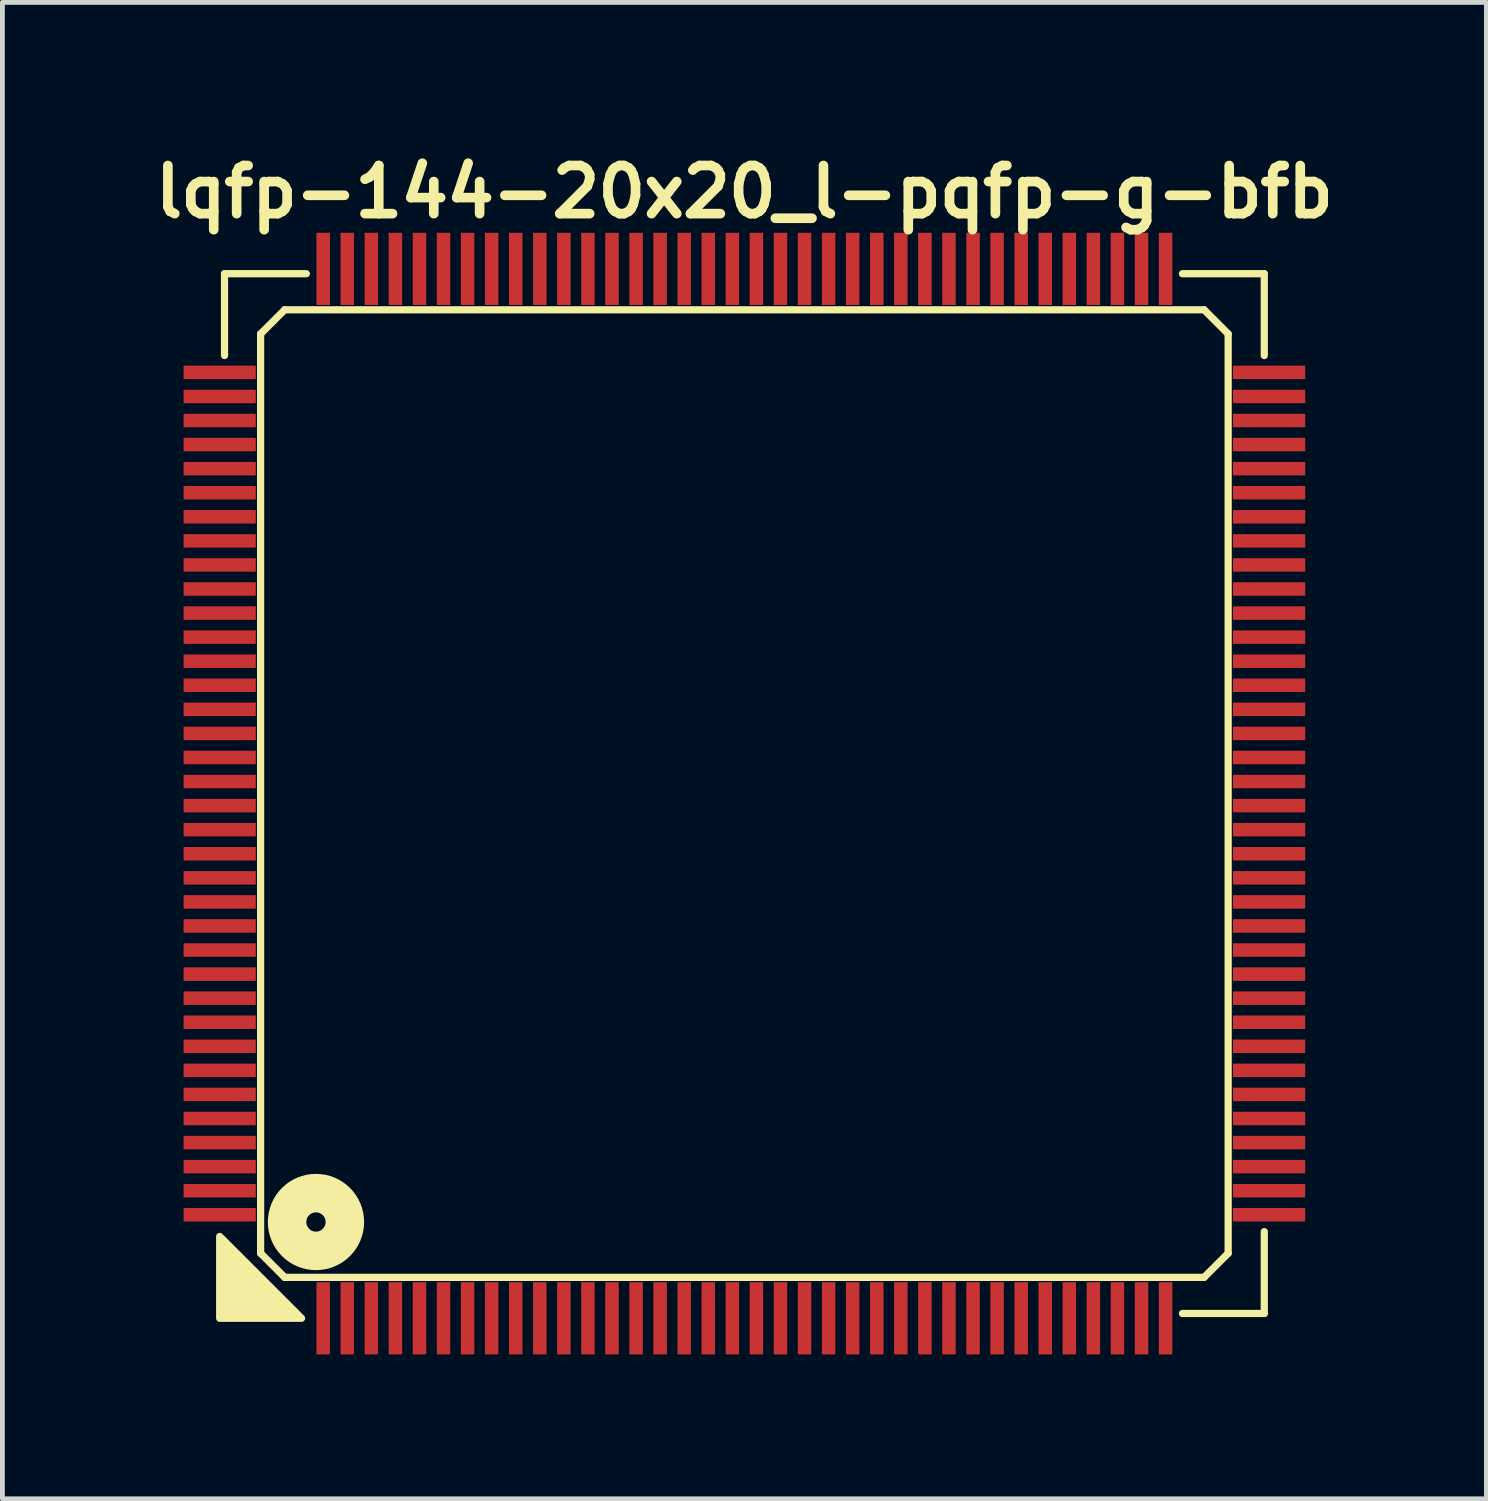
<source format=kicad_pcb>
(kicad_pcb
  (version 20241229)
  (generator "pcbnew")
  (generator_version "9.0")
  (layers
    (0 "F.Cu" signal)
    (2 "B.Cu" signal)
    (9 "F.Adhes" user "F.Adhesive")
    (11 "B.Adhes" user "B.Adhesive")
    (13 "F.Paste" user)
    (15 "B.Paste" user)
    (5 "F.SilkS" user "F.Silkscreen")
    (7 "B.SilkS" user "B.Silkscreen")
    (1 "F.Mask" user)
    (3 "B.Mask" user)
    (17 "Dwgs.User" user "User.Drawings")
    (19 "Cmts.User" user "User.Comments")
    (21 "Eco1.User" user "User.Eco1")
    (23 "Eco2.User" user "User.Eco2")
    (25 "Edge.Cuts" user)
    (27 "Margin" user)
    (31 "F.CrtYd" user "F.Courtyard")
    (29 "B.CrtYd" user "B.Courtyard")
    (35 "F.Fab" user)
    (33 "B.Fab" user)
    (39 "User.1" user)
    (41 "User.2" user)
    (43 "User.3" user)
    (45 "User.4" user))
  (footprint "lqfp-144-20x20_l-pqfp-g-bfb"
    (layer "F.Cu")
    (at 12.414 13.436)
    (property "Reference" "lqfp-144-20x20_l-pqfp-g-bfb" (at 0 -12.5 0) (layer "F.SilkS") (effects (font (size 1 1) (thickness 0.2))))
    (attr smd)
    (fp_line (start -10.8 -10.8) (end -9.1 -10.8) (stroke (width 0.15) (type solid)) (layer "F.SilkS"))
    (fp_line (start -10.8 -9.1) (end -10.8 -10.8) (stroke (width 0.15) (type solid)) (layer "F.SilkS"))
    (fp_line (start -10.05 -9.55) (end -9.55 -10.05) (stroke (width 0.15) (type solid)) (layer "F.SilkS"))
    (fp_line (start -10.05 9.55) (end -10.05 -9.55) (stroke (width 0.15) (type solid)) (layer "F.SilkS"))
    (fp_line (start -9.55 -10.05) (end 9.55 -10.05) (stroke (width 0.15) (type solid)) (layer "F.SilkS"))
    (fp_line (start -9.55 10.05) (end -10.05 9.55) (stroke (width 0.15) (type solid)) (layer "F.SilkS"))
    (fp_line (start 9.1 -10.8) (end 10.8 -10.8) (stroke (width 0.15) (type solid)) (layer "F.SilkS"))
    (fp_line (start 9.55 -10.05) (end 10.05 -9.55) (stroke (width 0.15) (type solid)) (layer "F.SilkS"))
    (fp_line (start 9.55 10.05) (end -9.55 10.05) (stroke (width 0.15) (type solid)) (layer "F.SilkS"))
    (fp_line (start 10.05 -9.55) (end 10.05 9.55) (stroke (width 0.15) (type solid)) (layer "F.SilkS"))
    (fp_line (start 10.05 9.55) (end 9.55 10.05) (stroke (width 0.15) (type solid)) (layer "F.SilkS"))
    (fp_line (start 10.8 -10.8) (end 10.8 -9.1) (stroke (width 0.15) (type solid)) (layer "F.SilkS"))
    (fp_line (start 10.8 9.1) (end 10.8 10.8) (stroke (width 0.15) (type solid)) (layer "F.SilkS"))
    (fp_line (start 10.8 10.8) (end 9.1 10.8) (stroke (width 0.15) (type solid)) (layer "F.SilkS"))
    (fp_circle (center -8.9 8.9) (end -8.7 8.9) (stroke (width 0.8) (type solid)) (fill no) (layer "F.SilkS"))
    (fp_poly (pts (xy -9.2 10.9) (xy -10.9 10.9) (xy -10.9 9.2)) (stroke (width 0.15) (type solid)) (fill yes) (layer "F.SilkS"))
    (pad "1" smd rect (at -8.75 10.9) (size 0.28 1.5) (layers "F.Cu" "F.Mask" "F.Paste"))
    (pad "2" smd rect (at -8.25 10.9) (size 0.28 1.5) (layers "F.Cu" "F.Mask" "F.Paste"))
    (pad "3" smd rect (at -7.75 10.9) (size 0.28 1.5) (layers "F.Cu" "F.Mask" "F.Paste"))
    (pad "4" smd rect (at -7.25 10.9) (size 0.28 1.5) (layers "F.Cu" "F.Mask" "F.Paste"))
    (pad "5" smd rect (at -6.75 10.9) (size 0.28 1.5) (layers "F.Cu" "F.Mask" "F.Paste"))
    (pad "6" smd rect (at -6.25 10.9) (size 0.28 1.5) (layers "F.Cu" "F.Mask" "F.Paste"))
    (pad "7" smd rect (at -5.75 10.9) (size 0.28 1.5) (layers "F.Cu" "F.Mask" "F.Paste"))
    (pad "8" smd rect (at -5.25 10.9) (size 0.28 1.5) (layers "F.Cu" "F.Mask" "F.Paste"))
    (pad "9" smd rect (at -4.75 10.9) (size 0.28 1.5) (layers "F.Cu" "F.Mask" "F.Paste"))
    (pad "10" smd rect (at -4.25 10.9) (size 0.28 1.5) (layers "F.Cu" "F.Mask" "F.Paste"))
    (pad "11" smd rect (at -3.75 10.9) (size 0.28 1.5) (layers "F.Cu" "F.Mask" "F.Paste"))
    (pad "12" smd rect (at -3.25 10.9) (size 0.28 1.5) (layers "F.Cu" "F.Mask" "F.Paste"))
    (pad "13" smd rect (at -2.75 10.9) (size 0.28 1.5) (layers "F.Cu" "F.Mask" "F.Paste"))
    (pad "14" smd rect (at -2.25 10.9) (size 0.28 1.5) (layers "F.Cu" "F.Mask" "F.Paste"))
    (pad "15" smd rect (at -1.75 10.9) (size 0.28 1.5) (layers "F.Cu" "F.Mask" "F.Paste"))
    (pad "16" smd rect (at -1.25 10.9) (size 0.28 1.5) (layers "F.Cu" "F.Mask" "F.Paste"))
    (pad "17" smd rect (at -0.75 10.9) (size 0.28 1.5) (layers "F.Cu" "F.Mask" "F.Paste"))
    (pad "18" smd rect (at -0.25 10.9) (size 0.28 1.5) (layers "F.Cu" "F.Mask" "F.Paste"))
    (pad "19" smd rect (at 0.25 10.9) (size 0.28 1.5) (layers "F.Cu" "F.Mask" "F.Paste"))
    (pad "20" smd rect (at 0.75 10.9) (size 0.28 1.5) (layers "F.Cu" "F.Mask" "F.Paste"))
    (pad "21" smd rect (at 1.25 10.9) (size 0.28 1.5) (layers "F.Cu" "F.Mask" "F.Paste"))
    (pad "22" smd rect (at 1.75 10.9) (size 0.28 1.5) (layers "F.Cu" "F.Mask" "F.Paste"))
    (pad "23" smd rect (at 2.25 10.9) (size 0.28 1.5) (layers "F.Cu" "F.Mask" "F.Paste"))
    (pad "24" smd rect (at 2.75 10.9) (size 0.28 1.5) (layers "F.Cu" "F.Mask" "F.Paste"))
    (pad "25" smd rect (at 3.25 10.9) (size 0.28 1.5) (layers "F.Cu" "F.Mask" "F.Paste"))
    (pad "26" smd rect (at 3.75 10.9) (size 0.28 1.5) (layers "F.Cu" "F.Mask" "F.Paste"))
    (pad "27" smd rect (at 4.25 10.9) (size 0.28 1.5) (layers "F.Cu" "F.Mask" "F.Paste"))
    (pad "28" smd rect (at 4.75 10.9) (size 0.28 1.5) (layers "F.Cu" "F.Mask" "F.Paste"))
    (pad "29" smd rect (at 5.25 10.9) (size 0.28 1.5) (layers "F.Cu" "F.Mask" "F.Paste"))
    (pad "30" smd rect (at 5.75 10.9) (size 0.28 1.5) (layers "F.Cu" "F.Mask" "F.Paste"))
    (pad "31" smd rect (at 6.25 10.9) (size 0.28 1.5) (layers "F.Cu" "F.Mask" "F.Paste"))
    (pad "32" smd rect (at 6.75 10.9) (size 0.28 1.5) (layers "F.Cu" "F.Mask" "F.Paste"))
    (pad "33" smd rect (at 7.25 10.9) (size 0.28 1.5) (layers "F.Cu" "F.Mask" "F.Paste"))
    (pad "34" smd rect (at 7.75 10.9) (size 0.28 1.5) (layers "F.Cu" "F.Mask" "F.Paste"))
    (pad "35" smd rect (at 8.25 10.9) (size 0.28 1.5) (layers "F.Cu" "F.Mask" "F.Paste"))
    (pad "36" smd rect (at 8.75 10.9) (size 0.28 1.5) (layers "F.Cu" "F.Mask" "F.Paste"))
    (pad "37" smd rect (at 10.9 8.75) (size 1.5 0.28) (layers "F.Cu" "F.Mask" "F.Paste"))
    (pad "38" smd rect (at 10.9 8.25) (size 1.5 0.28) (layers "F.Cu" "F.Mask" "F.Paste"))
    (pad "39" smd rect (at 10.9 7.75) (size 1.5 0.28) (layers "F.Cu" "F.Mask" "F.Paste"))
    (pad "40" smd rect (at 10.9 7.25) (size 1.5 0.28) (layers "F.Cu" "F.Mask" "F.Paste"))
    (pad "41" smd rect (at 10.9 6.75) (size 1.5 0.28) (layers "F.Cu" "F.Mask" "F.Paste"))
    (pad "42" smd rect (at 10.9 6.25) (size 1.5 0.28) (layers "F.Cu" "F.Mask" "F.Paste"))
    (pad "43" smd rect (at 10.9 5.75) (size 1.5 0.28) (layers "F.Cu" "F.Mask" "F.Paste"))
    (pad "44" smd rect (at 10.9 5.25) (size 1.5 0.28) (layers "F.Cu" "F.Mask" "F.Paste"))
    (pad "45" smd rect (at 10.9 4.75) (size 1.5 0.28) (layers "F.Cu" "F.Mask" "F.Paste"))
    (pad "46" smd rect (at 10.9 4.25) (size 1.5 0.28) (layers "F.Cu" "F.Mask" "F.Paste"))
    (pad "47" smd rect (at 10.9 3.75) (size 1.5 0.28) (layers "F.Cu" "F.Mask" "F.Paste"))
    (pad "48" smd rect (at 10.9 3.25) (size 1.5 0.28) (layers "F.Cu" "F.Mask" "F.Paste"))
    (pad "49" smd rect (at 10.9 2.75) (size 1.5 0.28) (layers "F.Cu" "F.Mask" "F.Paste"))
    (pad "50" smd rect (at 10.9 2.25) (size 1.5 0.28) (layers "F.Cu" "F.Mask" "F.Paste"))
    (pad "51" smd rect (at 10.9 1.75) (size 1.5 0.28) (layers "F.Cu" "F.Mask" "F.Paste"))
    (pad "52" smd rect (at 10.9 1.25) (size 1.5 0.28) (layers "F.Cu" "F.Mask" "F.Paste"))
    (pad "53" smd rect (at 10.9 0.75) (size 1.5 0.28) (layers "F.Cu" "F.Mask" "F.Paste"))
    (pad "54" smd rect (at 10.9 0.25) (size 1.5 0.28) (layers "F.Cu" "F.Mask" "F.Paste"))
    (pad "55" smd rect (at 10.9 -0.25) (size 1.5 0.28) (layers "F.Cu" "F.Mask" "F.Paste"))
    (pad "56" smd rect (at 10.9 -0.75) (size 1.5 0.28) (layers "F.Cu" "F.Mask" "F.Paste"))
    (pad "57" smd rect (at 10.9 -1.25) (size 1.5 0.28) (layers "F.Cu" "F.Mask" "F.Paste"))
    (pad "58" smd rect (at 10.9 -1.75) (size 1.5 0.28) (layers "F.Cu" "F.Mask" "F.Paste"))
    (pad "59" smd rect (at 10.9 -2.25) (size 1.5 0.28) (layers "F.Cu" "F.Mask" "F.Paste"))
    (pad "60" smd rect (at 10.9 -2.75) (size 1.5 0.28) (layers "F.Cu" "F.Mask" "F.Paste"))
    (pad "61" smd rect (at 10.9 -3.25) (size 1.5 0.28) (layers "F.Cu" "F.Mask" "F.Paste"))
    (pad "62" smd rect (at 10.9 -3.75) (size 1.5 0.28) (layers "F.Cu" "F.Mask" "F.Paste"))
    (pad "63" smd rect (at 10.9 -4.25) (size 1.5 0.28) (layers "F.Cu" "F.Mask" "F.Paste"))
    (pad "64" smd rect (at 10.9 -4.75) (size 1.5 0.28) (layers "F.Cu" "F.Mask" "F.Paste"))
    (pad "65" smd rect (at 10.9 -5.25) (size 1.5 0.28) (layers "F.Cu" "F.Mask" "F.Paste"))
    (pad "66" smd rect (at 10.9 -5.75) (size 1.5 0.28) (layers "F.Cu" "F.Mask" "F.Paste"))
    (pad "67" smd rect (at 10.9 -6.25) (size 1.5 0.28) (layers "F.Cu" "F.Mask" "F.Paste"))
    (pad "68" smd rect (at 10.9 -6.75) (size 1.5 0.28) (layers "F.Cu" "F.Mask" "F.Paste"))
    (pad "69" smd rect (at 10.9 -7.25) (size 1.5 0.28) (layers "F.Cu" "F.Mask" "F.Paste"))
    (pad "70" smd rect (at 10.9 -7.75) (size 1.5 0.28) (layers "F.Cu" "F.Mask" "F.Paste"))
    (pad "71" smd rect (at 10.9 -8.25) (size 1.5 0.28) (layers "F.Cu" "F.Mask" "F.Paste"))
    (pad "72" smd rect (at 10.9 -8.75) (size 1.5 0.28) (layers "F.Cu" "F.Mask" "F.Paste"))
    (pad "73" smd rect (at 8.75 -10.9) (size 0.28 1.5) (layers "F.Cu" "F.Mask" "F.Paste"))
    (pad "74" smd rect (at 8.25 -10.9) (size 0.28 1.5) (layers "F.Cu" "F.Mask" "F.Paste"))
    (pad "75" smd rect (at 7.75 -10.9) (size 0.28 1.5) (layers "F.Cu" "F.Mask" "F.Paste"))
    (pad "76" smd rect (at 7.25 -10.9) (size 0.28 1.5) (layers "F.Cu" "F.Mask" "F.Paste"))
    (pad "77" smd rect (at 6.75 -10.9) (size 0.28 1.5) (layers "F.Cu" "F.Mask" "F.Paste"))
    (pad "78" smd rect (at 6.25 -10.9) (size 0.28 1.5) (layers "F.Cu" "F.Mask" "F.Paste"))
    (pad "79" smd rect (at 5.75 -10.9) (size 0.28 1.5) (layers "F.Cu" "F.Mask" "F.Paste"))
    (pad "80" smd rect (at 5.25 -10.9) (size 0.28 1.5) (layers "F.Cu" "F.Mask" "F.Paste"))
    (pad "81" smd rect (at 4.75 -10.9) (size 0.28 1.5) (layers "F.Cu" "F.Mask" "F.Paste"))
    (pad "82" smd rect (at 4.25 -10.9) (size 0.28 1.5) (layers "F.Cu" "F.Mask" "F.Paste"))
    (pad "83" smd rect (at 3.75 -10.9) (size 0.28 1.5) (layers "F.Cu" "F.Mask" "F.Paste"))
    (pad "84" smd rect (at 3.25 -10.9) (size 0.28 1.5) (layers "F.Cu" "F.Mask" "F.Paste"))
    (pad "85" smd rect (at 2.75 -10.9) (size 0.28 1.5) (layers "F.Cu" "F.Mask" "F.Paste"))
    (pad "86" smd rect (at 2.25 -10.9) (size 0.28 1.5) (layers "F.Cu" "F.Mask" "F.Paste"))
    (pad "87" smd rect (at 1.75 -10.9) (size 0.28 1.5) (layers "F.Cu" "F.Mask" "F.Paste"))
    (pad "88" smd rect (at 1.25 -10.9) (size 0.28 1.5) (layers "F.Cu" "F.Mask" "F.Paste"))
    (pad "89" smd rect (at 0.75 -10.9) (size 0.28 1.5) (layers "F.Cu" "F.Mask" "F.Paste"))
    (pad "90" smd rect (at 0.25 -10.9) (size 0.28 1.5) (layers "F.Cu" "F.Mask" "F.Paste"))
    (pad "91" smd rect (at -0.25 -10.9) (size 0.28 1.5) (layers "F.Cu" "F.Mask" "F.Paste"))
    (pad "92" smd rect (at -0.75 -10.9) (size 0.28 1.5) (layers "F.Cu" "F.Mask" "F.Paste"))
    (pad "93" smd rect (at -1.25 -10.9) (size 0.28 1.5) (layers "F.Cu" "F.Mask" "F.Paste"))
    (pad "94" smd rect (at -1.75 -10.9) (size 0.28 1.5) (layers "F.Cu" "F.Mask" "F.Paste"))
    (pad "95" smd rect (at -2.25 -10.9) (size 0.28 1.5) (layers "F.Cu" "F.Mask" "F.Paste"))
    (pad "96" smd rect (at -2.75 -10.9) (size 0.28 1.5) (layers "F.Cu" "F.Mask" "F.Paste"))
    (pad "97" smd rect (at -3.25 -10.9) (size 0.28 1.5) (layers "F.Cu" "F.Mask" "F.Paste"))
    (pad "98" smd rect (at -3.75 -10.9) (size 0.28 1.5) (layers "F.Cu" "F.Mask" "F.Paste"))
    (pad "99" smd rect (at -4.25 -10.9) (size 0.28 1.5) (layers "F.Cu" "F.Mask" "F.Paste"))
    (pad "100" smd rect (at -4.75 -10.9) (size 0.28 1.5) (layers "F.Cu" "F.Mask" "F.Paste"))
    (pad "101" smd rect (at -5.25 -10.9) (size 0.28 1.5) (layers "F.Cu" "F.Mask" "F.Paste"))
    (pad "102" smd rect (at -5.75 -10.9) (size 0.28 1.5) (layers "F.Cu" "F.Mask" "F.Paste"))
    (pad "103" smd rect (at -6.25 -10.9) (size 0.28 1.5) (layers "F.Cu" "F.Mask" "F.Paste"))
    (pad "104" smd rect (at -6.75 -10.9) (size 0.28 1.5) (layers "F.Cu" "F.Mask" "F.Paste"))
    (pad "105" smd rect (at -7.25 -10.9) (size 0.28 1.5) (layers "F.Cu" "F.Mask" "F.Paste"))
    (pad "106" smd rect (at -7.75 -10.9) (size 0.28 1.5) (layers "F.Cu" "F.Mask" "F.Paste"))
    (pad "107" smd rect (at -8.25 -10.9) (size 0.28 1.5) (layers "F.Cu" "F.Mask" "F.Paste"))
    (pad "108" smd rect (at -8.75 -10.9) (size 0.28 1.5) (layers "F.Cu" "F.Mask" "F.Paste"))
    (pad "109" smd rect (at -10.9 -8.75) (size 1.5 0.28) (layers "F.Cu" "F.Mask" "F.Paste"))
    (pad "110" smd rect (at -10.9 -8.25) (size 1.5 0.28) (layers "F.Cu" "F.Mask" "F.Paste"))
    (pad "111" smd rect (at -10.9 -7.75) (size 1.5 0.28) (layers "F.Cu" "F.Mask" "F.Paste"))
    (pad "112" smd rect (at -10.9 -7.25) (size 1.5 0.28) (layers "F.Cu" "F.Mask" "F.Paste"))
    (pad "113" smd rect (at -10.9 -6.75) (size 1.5 0.28) (layers "F.Cu" "F.Mask" "F.Paste"))
    (pad "114" smd rect (at -10.9 -6.25) (size 1.5 0.28) (layers "F.Cu" "F.Mask" "F.Paste"))
    (pad "115" smd rect (at -10.9 -5.75) (size 1.5 0.28) (layers "F.Cu" "F.Mask" "F.Paste"))
    (pad "116" smd rect (at -10.9 -5.25) (size 1.5 0.28) (layers "F.Cu" "F.Mask" "F.Paste"))
    (pad "117" smd rect (at -10.9 -4.75) (size 1.5 0.28) (layers "F.Cu" "F.Mask" "F.Paste"))
    (pad "118" smd rect (at -10.9 -4.25) (size 1.5 0.28) (layers "F.Cu" "F.Mask" "F.Paste"))
    (pad "119" smd rect (at -10.9 -3.75) (size 1.5 0.28) (layers "F.Cu" "F.Mask" "F.Paste"))
    (pad "120" smd rect (at -10.9 -3.25) (size 1.5 0.28) (layers "F.Cu" "F.Mask" "F.Paste"))
    (pad "121" smd rect (at -10.9 -2.75) (size 1.5 0.28) (layers "F.Cu" "F.Mask" "F.Paste"))
    (pad "122" smd rect (at -10.9 -2.25) (size 1.5 0.28) (layers "F.Cu" "F.Mask" "F.Paste"))
    (pad "123" smd rect (at -10.9 -1.75) (size 1.5 0.28) (layers "F.Cu" "F.Mask" "F.Paste"))
    (pad "124" smd rect (at -10.9 -1.25) (size 1.5 0.28) (layers "F.Cu" "F.Mask" "F.Paste"))
    (pad "125" smd rect (at -10.9 -0.75) (size 1.5 0.28) (layers "F.Cu" "F.Mask" "F.Paste"))
    (pad "126" smd rect (at -10.9 -0.25) (size 1.5 0.28) (layers "F.Cu" "F.Mask" "F.Paste"))
    (pad "127" smd rect (at -10.9 0.25) (size 1.5 0.28) (layers "F.Cu" "F.Mask" "F.Paste"))
    (pad "128" smd rect (at -10.9 0.75) (size 1.5 0.28) (layers "F.Cu" "F.Mask" "F.Paste"))
    (pad "129" smd rect (at -10.9 1.25) (size 1.5 0.28) (layers "F.Cu" "F.Mask" "F.Paste"))
    (pad "130" smd rect (at -10.9 1.75) (size 1.5 0.28) (layers "F.Cu" "F.Mask" "F.Paste"))
    (pad "131" smd rect (at -10.9 2.25) (size 1.5 0.28) (layers "F.Cu" "F.Mask" "F.Paste"))
    (pad "132" smd rect (at -10.9 2.75) (size 1.5 0.28) (layers "F.Cu" "F.Mask" "F.Paste"))
    (pad "133" smd rect (at -10.9 3.25) (size 1.5 0.28) (layers "F.Cu" "F.Mask" "F.Paste"))
    (pad "134" smd rect (at -10.9 3.75) (size 1.5 0.28) (layers "F.Cu" "F.Mask" "F.Paste"))
    (pad "135" smd rect (at -10.9 4.25) (size 1.5 0.28) (layers "F.Cu" "F.Mask" "F.Paste"))
    (pad "136" smd rect (at -10.9 4.75) (size 1.5 0.28) (layers "F.Cu" "F.Mask" "F.Paste"))
    (pad "137" smd rect (at -10.9 5.25) (size 1.5 0.28) (layers "F.Cu" "F.Mask" "F.Paste"))
    (pad "138" smd rect (at -10.9 5.75) (size 1.5 0.28) (layers "F.Cu" "F.Mask" "F.Paste"))
    (pad "139" smd rect (at -10.9 6.25) (size 1.5 0.28) (layers "F.Cu" "F.Mask" "F.Paste"))
    (pad "140" smd rect (at -10.9 6.75) (size 1.5 0.28) (layers "F.Cu" "F.Mask" "F.Paste"))
    (pad "141" smd rect (at -10.9 7.25) (size 1.5 0.28) (layers "F.Cu" "F.Mask" "F.Paste"))
    (pad "142" smd rect (at -10.9 7.75) (size 1.5 0.28) (layers "F.Cu" "F.Mask" "F.Paste"))
    (pad "143" smd rect (at -10.9 8.25) (size 1.5 0.28) (layers "F.Cu" "F.Mask" "F.Paste"))
    (pad "144" smd rect (at -10.9 8.75) (size 1.5 0.28) (layers "F.Cu" "F.Mask" "F.Paste")))
  (gr_rect
    (start -3 -3)
    (end 27.829 28.086)
    (stroke (width 0.1) (type default))
    (fill no)
    (layer "Edge.Cuts")))
</source>
